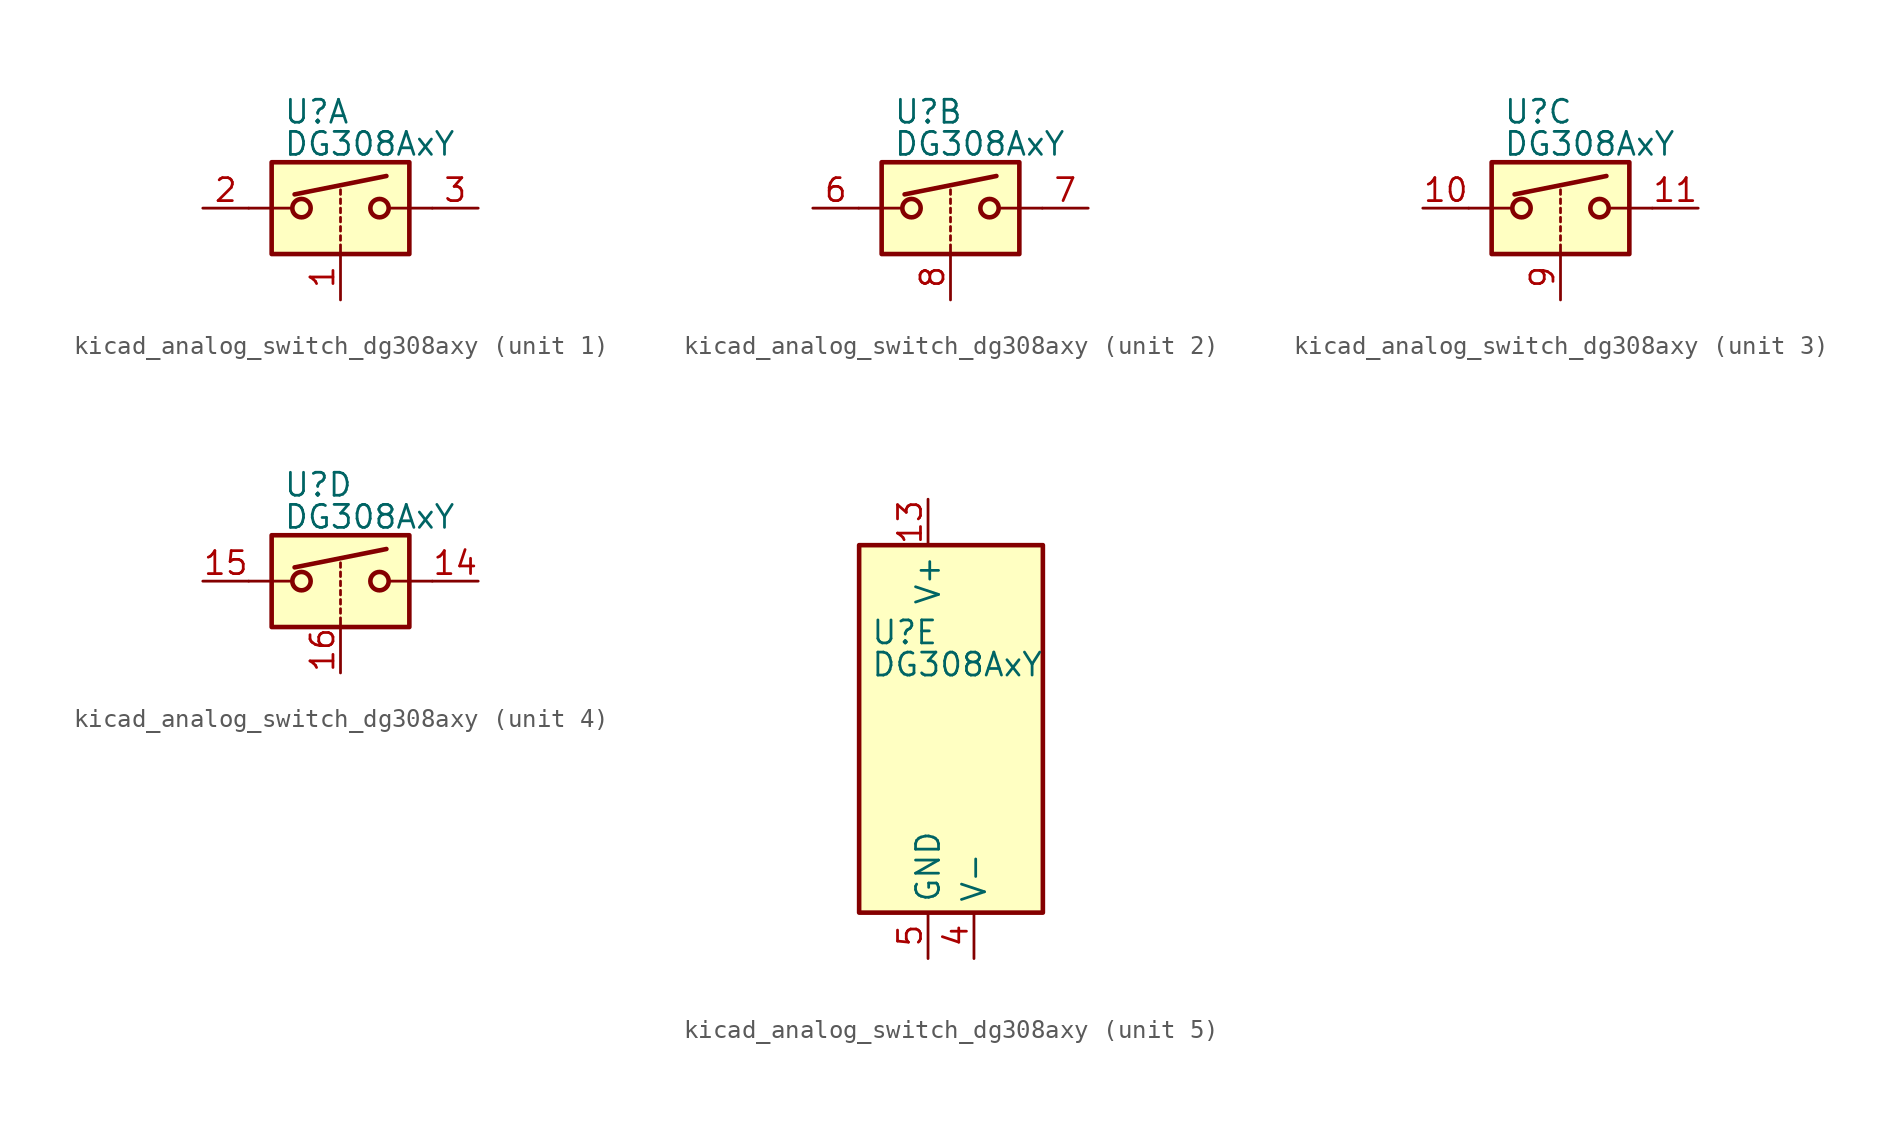
<source format=kicad_sym>
(kicad_symbol_lib
  (version 20220914)
  (generator kicad_symbol_editor)
  (symbol "kicad_analog_switch_dg308axy"
    (property "Reference" "U"
      (at -3.175 5.334 0)
      (effects (font (size 1.27 1.27)) (justify left)))
    (property "Value" "DG308AxY"
      (at -3.175 3.556 0)
      (effects (font (size 1.27 1.27)) (justify left)))
    (symbol "kicad_analog_switch_dg308axy_1_1"
      (rectangle (start -3.81 2.54) (end 3.81 -2.54) (stroke (width 0.254) (type default)) (fill (type background)))
      (circle (center -2.159 0) (radius 0.508) (stroke (width 0.254) (type default)) (fill (type none)))
      (polyline (pts (xy -5.08 0) (xy -2.794 0)) (stroke (width 0) (type default)) (fill (type none)))
      (polyline (pts (xy -2.54 0.762) (xy 2.54 1.778)) (stroke (width 0.254) (type default)) (fill (type none)))
      (polyline (pts (xy 0 -2.54) (xy 0 -2.032)) (stroke (width 0) (type default)) (fill (type none)))
      (polyline (pts (xy 0 -1.778) (xy 0 -1.524)) (stroke (width 0) (type default)) (fill (type none)))
      (polyline (pts (xy 0 -1.27) (xy 0 -1.016)) (stroke (width 0) (type default)) (fill (type none)))
      (polyline (pts (xy 0 -0.762) (xy 0 -0.508)) (stroke (width 0) (type default)) (fill (type none)))
      (polyline (pts (xy 0 -0.254) (xy 0 0)) (stroke (width 0) (type default)) (fill (type none)))
      (polyline (pts (xy 0 0.254) (xy 0 0.508)) (stroke (width 0) (type default)) (fill (type none)))
      (polyline (pts (xy 0 0.762) (xy 0 1.016)) (stroke (width 0) (type default)) (fill (type none)))
      (polyline (pts (xy 5.08 0) (xy 2.794 0)) (stroke (width 0) (type default)) (fill (type none)))
      (circle (center 2.159 0) (radius 0.508) (stroke (width 0.254) (type default)) (fill (type none)))
      (pin input line (at 0 -5.08 90) (length 2.54) (name "~" (effects (font (size 1.27 1.27)))) (number "1" (effects (font (size 1.27 1.27)))))
      (pin passive line (at -7.62 0 0) (length 2.54) (name "~" (effects (font (size 1.27 1.27)))) (number "2" (effects (font (size 1.27 1.27)))))
      (pin passive line (at 7.62 0 180) (length 2.54) (name "~" (effects (font (size 1.27 1.27)))) (number "3" (effects (font (size 1.27 1.27))))))
    (symbol "kicad_analog_switch_dg308axy_2_1"
      (rectangle (start -3.81 2.54) (end 3.81 -2.54) (stroke (width 0.254) (type default)) (fill (type background)))
      (circle (center -2.159 0) (radius 0.508) (stroke (width 0.254) (type default)) (fill (type none)))
      (polyline (pts (xy -5.08 0) (xy -2.794 0)) (stroke (width 0) (type default)) (fill (type none)))
      (polyline (pts (xy -2.54 0.762) (xy 2.54 1.778)) (stroke (width 0.254) (type default)) (fill (type none)))
      (polyline (pts (xy 0 -2.54) (xy 0 -2.032)) (stroke (width 0) (type default)) (fill (type none)))
      (polyline (pts (xy 0 -1.778) (xy 0 -1.524)) (stroke (width 0) (type default)) (fill (type none)))
      (polyline (pts (xy 0 -1.27) (xy 0 -1.016)) (stroke (width 0) (type default)) (fill (type none)))
      (polyline (pts (xy 0 -0.762) (xy 0 -0.508)) (stroke (width 0) (type default)) (fill (type none)))
      (polyline (pts (xy 0 -0.254) (xy 0 0)) (stroke (width 0) (type default)) (fill (type none)))
      (polyline (pts (xy 0 0.254) (xy 0 0.508)) (stroke (width 0) (type default)) (fill (type none)))
      (polyline (pts (xy 0 0.762) (xy 0 1.016)) (stroke (width 0) (type default)) (fill (type none)))
      (polyline (pts (xy 5.08 0) (xy 2.794 0)) (stroke (width 0) (type default)) (fill (type none)))
      (circle (center 2.159 0) (radius 0.508) (stroke (width 0.254) (type default)) (fill (type none)))
      (pin passive line (at -7.62 0 0) (length 2.54) (name "~" (effects (font (size 1.27 1.27)))) (number "6" (effects (font (size 1.27 1.27)))))
      (pin passive line (at 7.62 0 180) (length 2.54) (name "~" (effects (font (size 1.27 1.27)))) (number "7" (effects (font (size 1.27 1.27)))))
      (pin input line (at 0 -5.08 90) (length 2.54) (name "~" (effects (font (size 1.27 1.27)))) (number "8" (effects (font (size 1.27 1.27))))))
    (symbol "kicad_analog_switch_dg308axy_3_1"
      (rectangle (start -3.81 2.54) (end 3.81 -2.54) (stroke (width 0.254) (type default)) (fill (type background)))
      (circle (center -2.159 0) (radius 0.508) (stroke (width 0.254) (type default)) (fill (type none)))
      (polyline (pts (xy -5.08 0) (xy -2.794 0)) (stroke (width 0) (type default)) (fill (type none)))
      (polyline (pts (xy -2.54 0.762) (xy 2.54 1.778)) (stroke (width 0.254) (type default)) (fill (type none)))
      (polyline (pts (xy 0 -2.54) (xy 0 -2.032)) (stroke (width 0) (type default)) (fill (type none)))
      (polyline (pts (xy 0 -1.778) (xy 0 -1.524)) (stroke (width 0) (type default)) (fill (type none)))
      (polyline (pts (xy 0 -1.27) (xy 0 -1.016)) (stroke (width 0) (type default)) (fill (type none)))
      (polyline (pts (xy 0 -0.762) (xy 0 -0.508)) (stroke (width 0) (type default)) (fill (type none)))
      (polyline (pts (xy 0 -0.254) (xy 0 0)) (stroke (width 0) (type default)) (fill (type none)))
      (polyline (pts (xy 0 0.254) (xy 0 0.508)) (stroke (width 0) (type default)) (fill (type none)))
      (polyline (pts (xy 0 0.762) (xy 0 1.016)) (stroke (width 0) (type default)) (fill (type none)))
      (polyline (pts (xy 5.08 0) (xy 2.794 0)) (stroke (width 0) (type default)) (fill (type none)))
      (circle (center 2.159 0) (radius 0.508) (stroke (width 0.254) (type default)) (fill (type none)))
      (pin passive line (at -7.62 0 0) (length 2.54) (name "~" (effects (font (size 1.27 1.27)))) (number "10" (effects (font (size 1.27 1.27)))))
      (pin passive line (at 7.62 0 180) (length 2.54) (name "~" (effects (font (size 1.27 1.27)))) (number "11" (effects (font (size 1.27 1.27)))))
      (pin input line (at 0 -5.08 90) (length 2.54) (name "~" (effects (font (size 1.27 1.27)))) (number "9" (effects (font (size 1.27 1.27))))))
    (symbol "kicad_analog_switch_dg308axy_4_1"
      (rectangle (start -3.81 2.54) (end 3.81 -2.54) (stroke (width 0.254) (type default)) (fill (type background)))
      (circle (center -2.159 0) (radius 0.508) (stroke (width 0.254) (type default)) (fill (type none)))
      (polyline (pts (xy -5.08 0) (xy -2.794 0)) (stroke (width 0) (type default)) (fill (type none)))
      (polyline (pts (xy -2.54 0.762) (xy 2.54 1.778)) (stroke (width 0.254) (type default)) (fill (type none)))
      (polyline (pts (xy 0 -2.54) (xy 0 -2.032)) (stroke (width 0) (type default)) (fill (type none)))
      (polyline (pts (xy 0 -1.778) (xy 0 -1.524)) (stroke (width 0) (type default)) (fill (type none)))
      (polyline (pts (xy 0 -1.27) (xy 0 -1.016)) (stroke (width 0) (type default)) (fill (type none)))
      (polyline (pts (xy 0 -0.762) (xy 0 -0.508)) (stroke (width 0) (type default)) (fill (type none)))
      (polyline (pts (xy 0 -0.254) (xy 0 0)) (stroke (width 0) (type default)) (fill (type none)))
      (polyline (pts (xy 0 0.254) (xy 0 0.508)) (stroke (width 0) (type default)) (fill (type none)))
      (polyline (pts (xy 0 0.762) (xy 0 1.016)) (stroke (width 0) (type default)) (fill (type none)))
      (polyline (pts (xy 5.08 0) (xy 2.794 0)) (stroke (width 0) (type default)) (fill (type none)))
      (circle (center 2.159 0) (radius 0.508) (stroke (width 0.254) (type default)) (fill (type none)))
      (pin passive line (at 7.62 0 180) (length 2.54) (name "~" (effects (font (size 1.27 1.27)))) (number "14" (effects (font (size 1.27 1.27)))))
      (pin passive line (at -7.62 0 0) (length 2.54) (name "~" (effects (font (size 1.27 1.27)))) (number "15" (effects (font (size 1.27 1.27)))))
      (pin input line (at 0 -5.08 90) (length 2.54) (name "~" (effects (font (size 1.27 1.27)))) (number "16" (effects (font (size 1.27 1.27))))))
    (symbol "kicad_analog_switch_dg308axy_5_0"
      (pin no_connect line (at 2.54 10.16 270) (length 2.54) hide (name "NC" (effects (font (size 1.27 1.27)))) (number "12" (effects (font (size 1.27 1.27)))))
      (pin power_in line (at 0 12.7 270) (length 2.54) (name "V+" (effects (font (size 1.27 1.27)))) (number "13" (effects (font (size 1.27 1.27)))))
      (pin power_in line (at 2.54 -12.7 90) (length 2.54) (name "V-" (effects (font (size 1.27 1.27)))) (number "4" (effects (font (size 1.27 1.27)))))
      (pin power_in line (at 0 -12.7 90) (length 2.54) (name "GND" (effects (font (size 1.27 1.27)))) (number "5" (effects (font (size 1.27 1.27))))))
    (symbol "kicad_analog_switch_dg308axy_5_1"
      (rectangle (start -3.81 10.16) (end 6.35 -10.16) (stroke (width 0.254) (type default)) (fill (type background))))))
</source>
